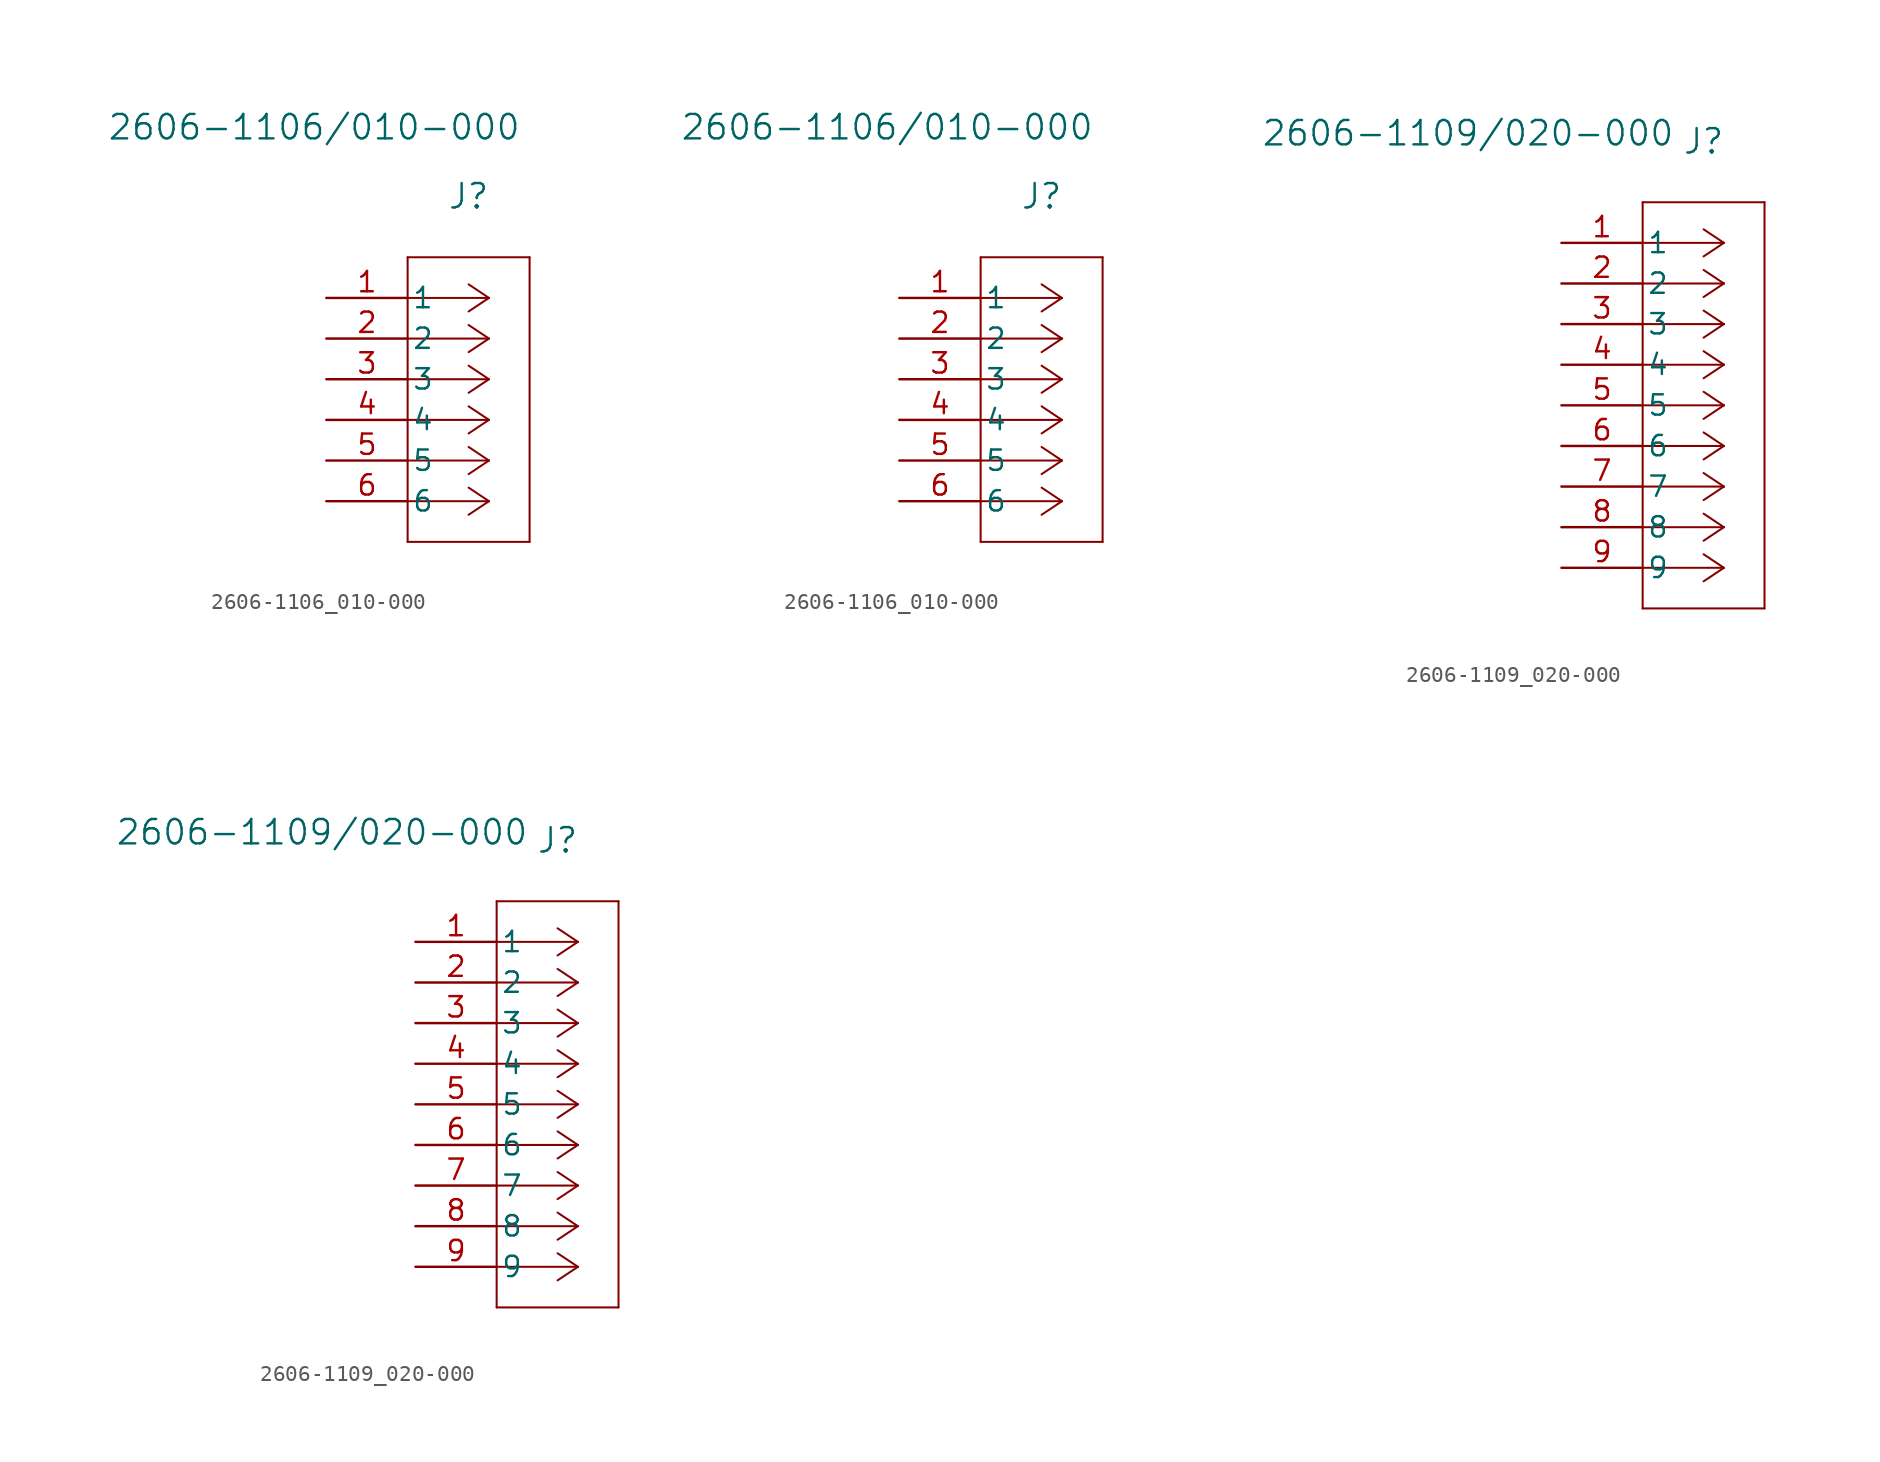
<source format=kicad_sym>
(kicad_symbol_lib
  (version 20231120)
  (generator "kicad_symbol_editor")
  (generator_version "8.0")
  (symbol "2606-1106_010-000"
    (pin_names
      (offset 0.254))
    (property "Reference" "J"
      (at 8.89 6.35 0)
      (effects (font (size 1.524 1.524))))
    (property "Value" "2606-1106/010-000"
      (at -0.762 10.668 0)
      (effects (font (size 1.524 1.524))))
    (property "ki_locked" ""
      (at 0 0 0)
      (effects (font (size 1.27 1.27))))
    (symbol "2606-1106_010-000_1_1"
      (polyline (pts (xy 5.08 -15.24) (xy 12.7 -15.24)) (stroke (width 0.127) (type default)) (fill (type none)))
      (polyline (pts (xy 5.08 2.54) (xy 5.08 -15.24)) (stroke (width 0.127) (type default)) (fill (type none)))
      (polyline (pts (xy 10.16 -12.7) (xy 5.08 -12.7)) (stroke (width 0.127) (type default)) (fill (type none)))
      (polyline (pts (xy 10.16 -12.7) (xy 8.89 -13.547)) (stroke (width 0.127) (type default)) (fill (type none)))
      (polyline (pts (xy 10.16 -12.7) (xy 8.89 -11.853)) (stroke (width 0.127) (type default)) (fill (type none)))
      (polyline (pts (xy 10.16 -10.16) (xy 5.08 -10.16)) (stroke (width 0.127) (type default)) (fill (type none)))
      (polyline (pts (xy 10.16 -10.16) (xy 8.89 -11.007)) (stroke (width 0.127) (type default)) (fill (type none)))
      (polyline (pts (xy 10.16 -10.16) (xy 8.89 -9.313)) (stroke (width 0.127) (type default)) (fill (type none)))
      (polyline (pts (xy 10.16 -7.62) (xy 5.08 -7.62)) (stroke (width 0.127) (type default)) (fill (type none)))
      (polyline (pts (xy 10.16 -7.62) (xy 8.89 -8.467)) (stroke (width 0.127) (type default)) (fill (type none)))
      (polyline (pts (xy 10.16 -7.62) (xy 8.89 -6.773)) (stroke (width 0.127) (type default)) (fill (type none)))
      (polyline (pts (xy 10.16 -5.08) (xy 5.08 -5.08)) (stroke (width 0.127) (type default)) (fill (type none)))
      (polyline (pts (xy 10.16 -5.08) (xy 8.89 -5.927)) (stroke (width 0.127) (type default)) (fill (type none)))
      (polyline (pts (xy 10.16 -5.08) (xy 8.89 -4.233)) (stroke (width 0.127) (type default)) (fill (type none)))
      (polyline (pts (xy 10.16 -2.54) (xy 5.08 -2.54)) (stroke (width 0.127) (type default)) (fill (type none)))
      (polyline (pts (xy 10.16 -2.54) (xy 8.89 -3.387)) (stroke (width 0.127) (type default)) (fill (type none)))
      (polyline (pts (xy 10.16 -2.54) (xy 8.89 -1.693)) (stroke (width 0.127) (type default)) (fill (type none)))
      (polyline (pts (xy 10.16 0) (xy 5.08 0)) (stroke (width 0.127) (type default)) (fill (type none)))
      (polyline (pts (xy 10.16 0) (xy 8.89 -0.847)) (stroke (width 0.127) (type default)) (fill (type none)))
      (polyline (pts (xy 10.16 0) (xy 8.89 0.847)) (stroke (width 0.127) (type default)) (fill (type none)))
      (polyline (pts (xy 12.7 -15.24) (xy 12.7 2.54)) (stroke (width 0.127) (type default)) (fill (type none)))
      (polyline (pts (xy 12.7 2.54) (xy 5.08 2.54)) (stroke (width 0.127) (type default)) (fill (type none)))
      (pin unspecified line (at 0 0 0) (length 5.08) (name "1" (effects (font (size 1.27 1.27)))) (number "1" (effects (font (size 1.27 1.27)))))
      (pin unspecified line (at 0 -2.54 0) (length 5.08) (name "2" (effects (font (size 1.27 1.27)))) (number "2" (effects (font (size 1.27 1.27)))))
      (pin unspecified line (at 0 -5.08 0) (length 5.08) (name "3" (effects (font (size 1.27 1.27)))) (number "3" (effects (font (size 1.27 1.27)))))
      (pin unspecified line (at 0 -7.62 0) (length 5.08) (name "4" (effects (font (size 1.27 1.27)))) (number "4" (effects (font (size 1.27 1.27)))))
      (pin unspecified line (at 0 -10.16 0) (length 5.08) (name "5" (effects (font (size 1.27 1.27)))) (number "5" (effects (font (size 1.27 1.27)))))
      (pin unspecified line (at 0 -12.7 0) (length 5.08) (name "6" (effects (font (size 1.27 1.27)))) (number "6" (effects (font (size 1.27 1.27))))))
    (symbol "2606-1106_010-000_1_2"
      (polyline (pts (xy 5.08 -15.24) (xy 12.7 -15.24)) (stroke (width 0.127) (type default)) (fill (type none)))
      (polyline (pts (xy 5.08 2.54) (xy 5.08 -15.24)) (stroke (width 0.127) (type default)) (fill (type none)))
      (polyline (pts (xy 10.16 -12.7) (xy 5.08 -12.7)) (stroke (width 0.127) (type default)) (fill (type none)))
      (polyline (pts (xy 10.16 -12.7) (xy 8.89 -13.547)) (stroke (width 0.127) (type default)) (fill (type none)))
      (polyline (pts (xy 10.16 -12.7) (xy 8.89 -11.853)) (stroke (width 0.127) (type default)) (fill (type none)))
      (polyline (pts (xy 10.16 -10.16) (xy 5.08 -10.16)) (stroke (width 0.127) (type default)) (fill (type none)))
      (polyline (pts (xy 10.16 -10.16) (xy 8.89 -11.007)) (stroke (width 0.127) (type default)) (fill (type none)))
      (polyline (pts (xy 10.16 -10.16) (xy 8.89 -9.313)) (stroke (width 0.127) (type default)) (fill (type none)))
      (polyline (pts (xy 10.16 -7.62) (xy 5.08 -7.62)) (stroke (width 0.127) (type default)) (fill (type none)))
      (polyline (pts (xy 10.16 -7.62) (xy 8.89 -8.467)) (stroke (width 0.127) (type default)) (fill (type none)))
      (polyline (pts (xy 10.16 -7.62) (xy 8.89 -6.773)) (stroke (width 0.127) (type default)) (fill (type none)))
      (polyline (pts (xy 10.16 -5.08) (xy 5.08 -5.08)) (stroke (width 0.127) (type default)) (fill (type none)))
      (polyline (pts (xy 10.16 -5.08) (xy 8.89 -5.927)) (stroke (width 0.127) (type default)) (fill (type none)))
      (polyline (pts (xy 10.16 -5.08) (xy 8.89 -4.233)) (stroke (width 0.127) (type default)) (fill (type none)))
      (polyline (pts (xy 10.16 -2.54) (xy 5.08 -2.54)) (stroke (width 0.127) (type default)) (fill (type none)))
      (polyline (pts (xy 10.16 -2.54) (xy 8.89 -3.387)) (stroke (width 0.127) (type default)) (fill (type none)))
      (polyline (pts (xy 10.16 -2.54) (xy 8.89 -1.693)) (stroke (width 0.127) (type default)) (fill (type none)))
      (polyline (pts (xy 10.16 0) (xy 5.08 0)) (stroke (width 0.127) (type default)) (fill (type none)))
      (polyline (pts (xy 10.16 0) (xy 8.89 -0.847)) (stroke (width 0.127) (type default)) (fill (type none)))
      (polyline (pts (xy 10.16 0) (xy 8.89 0.847)) (stroke (width 0.127) (type default)) (fill (type none)))
      (polyline (pts (xy 12.7 -15.24) (xy 12.7 2.54)) (stroke (width 0.127) (type default)) (fill (type none)))
      (polyline (pts (xy 12.7 2.54) (xy 5.08 2.54)) (stroke (width 0.127) (type default)) (fill (type none)))
      (pin unspecified line (at 0 0 0) (length 5.08) (name "1" (effects (font (size 1.27 1.27)))) (number "1" (effects (font (size 1.27 1.27)))))
      (pin unspecified line (at 0 -2.54 0) (length 5.08) (name "2" (effects (font (size 1.27 1.27)))) (number "2" (effects (font (size 1.27 1.27)))))
      (pin unspecified line (at 0 -5.08 0) (length 5.08) (name "3" (effects (font (size 1.27 1.27)))) (number "3" (effects (font (size 1.27 1.27)))))
      (pin unspecified line (at 0 -7.62 0) (length 5.08) (name "4" (effects (font (size 1.27 1.27)))) (number "4" (effects (font (size 1.27 1.27)))))
      (pin unspecified line (at 0 -10.16 0) (length 5.08) (name "5" (effects (font (size 1.27 1.27)))) (number "5" (effects (font (size 1.27 1.27)))))
      (pin unspecified line (at 0 -12.7 0) (length 5.08) (name "6" (effects (font (size 1.27 1.27)))) (number "6" (effects (font (size 1.27 1.27)))))))
  (symbol "2606-1109_020-000"
    (pin_names
      (offset 0.254))
    (property "Reference" "J"
      (at 8.89 6.35 0)
      (effects (font (size 1.524 1.524))))
    (property "Value" "2606-1109/020-000"
      (at -5.842 6.858 0)
      (effects (font (size 1.524 1.524))))
    (property "ki_locked" ""
      (at 0 0 0)
      (effects (font (size 1.27 1.27))))
    (symbol "2606-1109_020-000_1_1"
      (polyline (pts (xy 5.08 -22.86) (xy 12.7 -22.86)) (stroke (width 0.127) (type default)) (fill (type none)))
      (polyline (pts (xy 5.08 2.54) (xy 5.08 -22.86)) (stroke (width 0.127) (type default)) (fill (type none)))
      (polyline (pts (xy 10.16 -20.32) (xy 5.08 -20.32)) (stroke (width 0.127) (type default)) (fill (type none)))
      (polyline (pts (xy 10.16 -20.32) (xy 8.89 -21.167)) (stroke (width 0.127) (type default)) (fill (type none)))
      (polyline (pts (xy 10.16 -20.32) (xy 8.89 -19.473)) (stroke (width 0.127) (type default)) (fill (type none)))
      (polyline (pts (xy 10.16 -17.78) (xy 5.08 -17.78)) (stroke (width 0.127) (type default)) (fill (type none)))
      (polyline (pts (xy 10.16 -17.78) (xy 8.89 -18.627)) (stroke (width 0.127) (type default)) (fill (type none)))
      (polyline (pts (xy 10.16 -17.78) (xy 8.89 -16.933)) (stroke (width 0.127) (type default)) (fill (type none)))
      (polyline (pts (xy 10.16 -15.24) (xy 5.08 -15.24)) (stroke (width 0.127) (type default)) (fill (type none)))
      (polyline (pts (xy 10.16 -15.24) (xy 8.89 -16.087)) (stroke (width 0.127) (type default)) (fill (type none)))
      (polyline (pts (xy 10.16 -15.24) (xy 8.89 -14.393)) (stroke (width 0.127) (type default)) (fill (type none)))
      (polyline (pts (xy 10.16 -12.7) (xy 5.08 -12.7)) (stroke (width 0.127) (type default)) (fill (type none)))
      (polyline (pts (xy 10.16 -12.7) (xy 8.89 -13.547)) (stroke (width 0.127) (type default)) (fill (type none)))
      (polyline (pts (xy 10.16 -12.7) (xy 8.89 -11.853)) (stroke (width 0.127) (type default)) (fill (type none)))
      (polyline (pts (xy 10.16 -10.16) (xy 5.08 -10.16)) (stroke (width 0.127) (type default)) (fill (type none)))
      (polyline (pts (xy 10.16 -10.16) (xy 8.89 -11.007)) (stroke (width 0.127) (type default)) (fill (type none)))
      (polyline (pts (xy 10.16 -10.16) (xy 8.89 -9.313)) (stroke (width 0.127) (type default)) (fill (type none)))
      (polyline (pts (xy 10.16 -7.62) (xy 5.08 -7.62)) (stroke (width 0.127) (type default)) (fill (type none)))
      (polyline (pts (xy 10.16 -7.62) (xy 8.89 -8.467)) (stroke (width 0.127) (type default)) (fill (type none)))
      (polyline (pts (xy 10.16 -7.62) (xy 8.89 -6.773)) (stroke (width 0.127) (type default)) (fill (type none)))
      (polyline (pts (xy 10.16 -5.08) (xy 5.08 -5.08)) (stroke (width 0.127) (type default)) (fill (type none)))
      (polyline (pts (xy 10.16 -5.08) (xy 8.89 -5.927)) (stroke (width 0.127) (type default)) (fill (type none)))
      (polyline (pts (xy 10.16 -5.08) (xy 8.89 -4.233)) (stroke (width 0.127) (type default)) (fill (type none)))
      (polyline (pts (xy 10.16 -2.54) (xy 5.08 -2.54)) (stroke (width 0.127) (type default)) (fill (type none)))
      (polyline (pts (xy 10.16 -2.54) (xy 8.89 -3.387)) (stroke (width 0.127) (type default)) (fill (type none)))
      (polyline (pts (xy 10.16 -2.54) (xy 8.89 -1.693)) (stroke (width 0.127) (type default)) (fill (type none)))
      (polyline (pts (xy 10.16 0) (xy 5.08 0)) (stroke (width 0.127) (type default)) (fill (type none)))
      (polyline (pts (xy 10.16 0) (xy 8.89 -0.847)) (stroke (width 0.127) (type default)) (fill (type none)))
      (polyline (pts (xy 10.16 0) (xy 8.89 0.847)) (stroke (width 0.127) (type default)) (fill (type none)))
      (polyline (pts (xy 12.7 -22.86) (xy 12.7 2.54)) (stroke (width 0.127) (type default)) (fill (type none)))
      (polyline (pts (xy 12.7 2.54) (xy 5.08 2.54)) (stroke (width 0.127) (type default)) (fill (type none)))
      (pin unspecified line (at 0 0 0) (length 5.08) (name "1" (effects (font (size 1.27 1.27)))) (number "1" (effects (font (size 1.27 1.27)))))
      (pin unspecified line (at 0 -2.54 0) (length 5.08) (name "2" (effects (font (size 1.27 1.27)))) (number "2" (effects (font (size 1.27 1.27)))))
      (pin unspecified line (at 0 -5.08 0) (length 5.08) (name "3" (effects (font (size 1.27 1.27)))) (number "3" (effects (font (size 1.27 1.27)))))
      (pin unspecified line (at 0 -7.62 0) (length 5.08) (name "4" (effects (font (size 1.27 1.27)))) (number "4" (effects (font (size 1.27 1.27)))))
      (pin unspecified line (at 0 -10.16 0) (length 5.08) (name "5" (effects (font (size 1.27 1.27)))) (number "5" (effects (font (size 1.27 1.27)))))
      (pin unspecified line (at 0 -12.7 0) (length 5.08) (name "6" (effects (font (size 1.27 1.27)))) (number "6" (effects (font (size 1.27 1.27)))))
      (pin unspecified line (at 0 -15.24 0) (length 5.08) (name "7" (effects (font (size 1.27 1.27)))) (number "7" (effects (font (size 1.27 1.27)))))
      (pin unspecified line (at 0 -17.78 0) (length 5.08) (name "8" (effects (font (size 1.27 1.27)))) (number "8" (effects (font (size 1.27 1.27)))))
      (pin unspecified line (at 0 -20.32 0) (length 5.08) (name "9" (effects (font (size 1.27 1.27)))) (number "9" (effects (font (size 1.27 1.27))))))
    (symbol "2606-1109_020-000_1_2"
      (polyline (pts (xy 5.08 -22.86) (xy 12.7 -22.86)) (stroke (width 0.127) (type default)) (fill (type none)))
      (polyline (pts (xy 5.08 2.54) (xy 5.08 -22.86)) (stroke (width 0.127) (type default)) (fill (type none)))
      (polyline (pts (xy 10.16 -20.32) (xy 5.08 -20.32)) (stroke (width 0.127) (type default)) (fill (type none)))
      (polyline (pts (xy 10.16 -20.32) (xy 8.89 -21.167)) (stroke (width 0.127) (type default)) (fill (type none)))
      (polyline (pts (xy 10.16 -20.32) (xy 8.89 -19.473)) (stroke (width 0.127) (type default)) (fill (type none)))
      (polyline (pts (xy 10.16 -17.78) (xy 5.08 -17.78)) (stroke (width 0.127) (type default)) (fill (type none)))
      (polyline (pts (xy 10.16 -17.78) (xy 8.89 -18.627)) (stroke (width 0.127) (type default)) (fill (type none)))
      (polyline (pts (xy 10.16 -17.78) (xy 8.89 -16.933)) (stroke (width 0.127) (type default)) (fill (type none)))
      (polyline (pts (xy 10.16 -15.24) (xy 5.08 -15.24)) (stroke (width 0.127) (type default)) (fill (type none)))
      (polyline (pts (xy 10.16 -15.24) (xy 8.89 -16.087)) (stroke (width 0.127) (type default)) (fill (type none)))
      (polyline (pts (xy 10.16 -15.24) (xy 8.89 -14.393)) (stroke (width 0.127) (type default)) (fill (type none)))
      (polyline (pts (xy 10.16 -12.7) (xy 5.08 -12.7)) (stroke (width 0.127) (type default)) (fill (type none)))
      (polyline (pts (xy 10.16 -12.7) (xy 8.89 -13.547)) (stroke (width 0.127) (type default)) (fill (type none)))
      (polyline (pts (xy 10.16 -12.7) (xy 8.89 -11.853)) (stroke (width 0.127) (type default)) (fill (type none)))
      (polyline (pts (xy 10.16 -10.16) (xy 5.08 -10.16)) (stroke (width 0.127) (type default)) (fill (type none)))
      (polyline (pts (xy 10.16 -10.16) (xy 8.89 -11.007)) (stroke (width 0.127) (type default)) (fill (type none)))
      (polyline (pts (xy 10.16 -10.16) (xy 8.89 -9.313)) (stroke (width 0.127) (type default)) (fill (type none)))
      (polyline (pts (xy 10.16 -7.62) (xy 5.08 -7.62)) (stroke (width 0.127) (type default)) (fill (type none)))
      (polyline (pts (xy 10.16 -7.62) (xy 8.89 -8.467)) (stroke (width 0.127) (type default)) (fill (type none)))
      (polyline (pts (xy 10.16 -7.62) (xy 8.89 -6.773)) (stroke (width 0.127) (type default)) (fill (type none)))
      (polyline (pts (xy 10.16 -5.08) (xy 5.08 -5.08)) (stroke (width 0.127) (type default)) (fill (type none)))
      (polyline (pts (xy 10.16 -5.08) (xy 8.89 -5.927)) (stroke (width 0.127) (type default)) (fill (type none)))
      (polyline (pts (xy 10.16 -5.08) (xy 8.89 -4.233)) (stroke (width 0.127) (type default)) (fill (type none)))
      (polyline (pts (xy 10.16 -2.54) (xy 5.08 -2.54)) (stroke (width 0.127) (type default)) (fill (type none)))
      (polyline (pts (xy 10.16 -2.54) (xy 8.89 -3.387)) (stroke (width 0.127) (type default)) (fill (type none)))
      (polyline (pts (xy 10.16 -2.54) (xy 8.89 -1.693)) (stroke (width 0.127) (type default)) (fill (type none)))
      (polyline (pts (xy 10.16 0) (xy 5.08 0)) (stroke (width 0.127) (type default)) (fill (type none)))
      (polyline (pts (xy 10.16 0) (xy 8.89 -0.847)) (stroke (width 0.127) (type default)) (fill (type none)))
      (polyline (pts (xy 10.16 0) (xy 8.89 0.847)) (stroke (width 0.127) (type default)) (fill (type none)))
      (polyline (pts (xy 12.7 -22.86) (xy 12.7 2.54)) (stroke (width 0.127) (type default)) (fill (type none)))
      (polyline (pts (xy 12.7 2.54) (xy 5.08 2.54)) (stroke (width 0.127) (type default)) (fill (type none)))
      (pin unspecified line (at 0 0 0) (length 5.08) (name "1" (effects (font (size 1.27 1.27)))) (number "1" (effects (font (size 1.27 1.27)))))
      (pin unspecified line (at 0 -2.54 0) (length 5.08) (name "2" (effects (font (size 1.27 1.27)))) (number "2" (effects (font (size 1.27 1.27)))))
      (pin unspecified line (at 0 -5.08 0) (length 5.08) (name "3" (effects (font (size 1.27 1.27)))) (number "3" (effects (font (size 1.27 1.27)))))
      (pin unspecified line (at 0 -7.62 0) (length 5.08) (name "4" (effects (font (size 1.27 1.27)))) (number "4" (effects (font (size 1.27 1.27)))))
      (pin unspecified line (at 0 -10.16 0) (length 5.08) (name "5" (effects (font (size 1.27 1.27)))) (number "5" (effects (font (size 1.27 1.27)))))
      (pin unspecified line (at 0 -12.7 0) (length 5.08) (name "6" (effects (font (size 1.27 1.27)))) (number "6" (effects (font (size 1.27 1.27)))))
      (pin unspecified line (at 0 -15.24 0) (length 5.08) (name "7" (effects (font (size 1.27 1.27)))) (number "7" (effects (font (size 1.27 1.27)))))
      (pin unspecified line (at 0 -17.78 0) (length 5.08) (name "8" (effects (font (size 1.27 1.27)))) (number "8" (effects (font (size 1.27 1.27)))))
      (pin unspecified line (at 0 -20.32 0) (length 5.08) (name "9" (effects (font (size 1.27 1.27)))) (number "9" (effects (font (size 1.27 1.27))))))))
</source>
